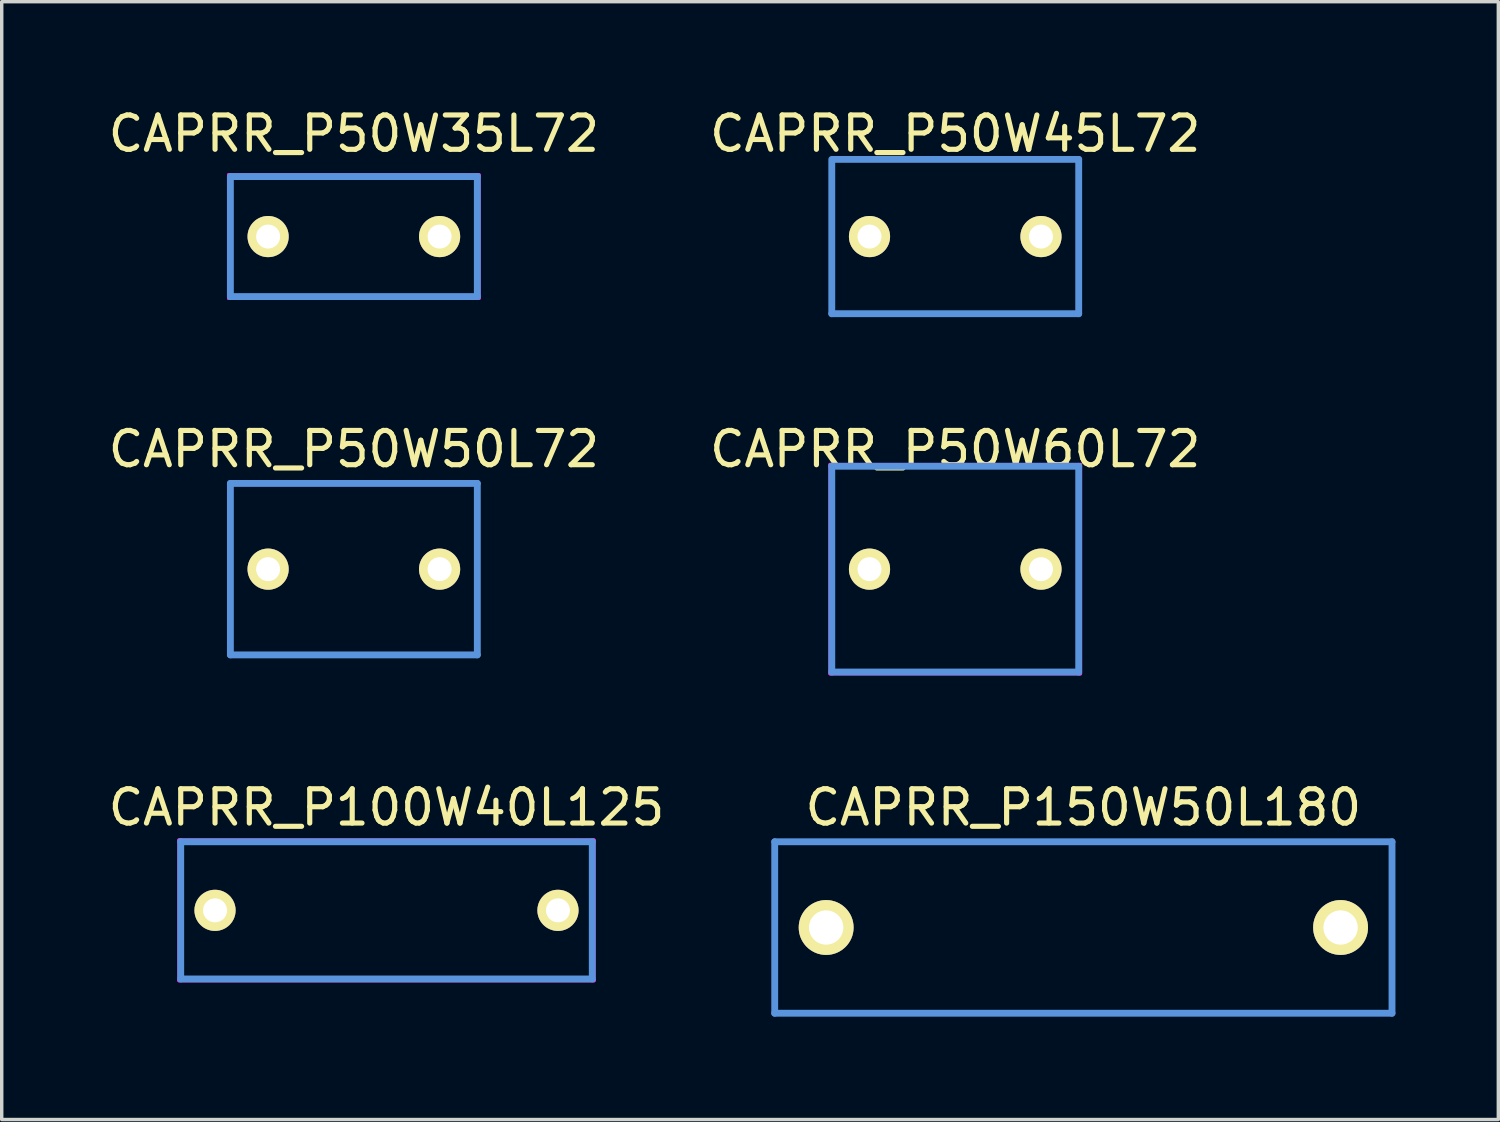
<source format=kicad_pcb>
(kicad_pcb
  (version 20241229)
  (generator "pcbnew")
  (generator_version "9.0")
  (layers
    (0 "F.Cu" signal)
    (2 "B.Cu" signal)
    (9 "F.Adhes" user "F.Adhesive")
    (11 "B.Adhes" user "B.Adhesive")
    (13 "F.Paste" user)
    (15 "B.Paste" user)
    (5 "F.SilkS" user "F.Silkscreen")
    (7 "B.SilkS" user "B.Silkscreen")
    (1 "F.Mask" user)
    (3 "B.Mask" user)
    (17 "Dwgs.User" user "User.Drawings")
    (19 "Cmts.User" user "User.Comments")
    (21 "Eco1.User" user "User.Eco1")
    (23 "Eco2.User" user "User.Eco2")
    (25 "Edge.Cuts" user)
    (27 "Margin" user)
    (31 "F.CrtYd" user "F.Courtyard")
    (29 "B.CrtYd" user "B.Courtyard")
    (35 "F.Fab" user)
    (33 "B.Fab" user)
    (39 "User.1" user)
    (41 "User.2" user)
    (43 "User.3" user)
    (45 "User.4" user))
  (footprint "CAPRR_P50W45L72"
    (layer "F.Cu")
    (at 24.804 3.848)
    (property "Reference" "CAPRR_P50W45L72" (at 0 -3 0) (layer "F.SilkS") (effects (font (size 1 1) (thickness 0.15))))
    (attr through_hole)
    (fp_line (start -3.6 -2.25) (end -3.6 2.25) (stroke (width 0.15) (type solid)) (layer "F.SilkS"))
    (fp_line (start -3.6 2.25) (end 3.6 2.25) (stroke (width 0.15) (type solid)) (layer "F.SilkS"))
    (fp_line (start 3.6 -2.25) (end -3.55 -2.25) (stroke (width 0.15) (type solid)) (layer "F.SilkS"))
    (fp_line (start 3.6 2.25) (end 3.6 -2.25) (stroke (width 0.15) (type solid)) (layer "F.SilkS"))
    (fp_line (start -3.6 -2.25) (end -3.6 2.25) (stroke (width 0.2) (type solid)) (layer "Cmts.User"))
    (fp_line (start -3.55 -2.25) (end 3.6 -2.25) (stroke (width 0.2) (type solid)) (layer "Cmts.User"))
    (fp_line (start 3.6 -2.25) (end 3.6 2.25) (stroke (width 0.2) (type solid)) (layer "Cmts.User"))
    (fp_line (start 3.6 2.25) (end -3.6 2.25) (stroke (width 0.2) (type solid)) (layer "Cmts.User"))
    (fp_line (start -3.65 -2.3) (end -3.65 2.3) (stroke (width 0.1) (type solid)) (layer "Eco1.User"))
    (fp_line (start -3.65 2.3) (end 3.65 2.3) (stroke (width 0.1) (type solid)) (layer "Eco1.User"))
    (fp_line (start 3.65 -2.3) (end -3.65 -2.3) (stroke (width 0.1) (type solid)) (layer "Eco1.User"))
    (fp_line (start 3.65 2.3) (end 3.65 -2.3) (stroke (width 0.1) (type solid)) (layer "Eco1.User"))
    (pad "1" thru_hole circle (at -2.5 0) (size 1.2 1.2) (drill 0.7) (layers "*.Cu" "*.Mask" "F.SilkS"))
    (pad "2" thru_hole circle (at 2.5 0) (size 1.2 1.2) (drill 0.7) (layers "*.Cu" "*.Mask" "F.SilkS")))
  (footprint "CAPRR_P50W50L72"
    (layer "F.Cu")
    (at 7.268 13.546)
    (property "Reference" "CAPRR_P50W50L72" (at 0 -3.5 0) (layer "F.SilkS") (effects (font (size 1 1) (thickness 0.15))))
    (attr through_hole)
    (fp_line (start -3.6 -2.5) (end -3.6 2.5) (stroke (width 0.15) (type solid)) (layer "F.SilkS"))
    (fp_line (start -3.6 2.5) (end 3.6 2.5) (stroke (width 0.15) (type solid)) (layer "F.SilkS"))
    (fp_line (start 3.6 -2.5) (end -3.6 -2.5) (stroke (width 0.15) (type solid)) (layer "F.SilkS"))
    (fp_line (start 3.6 2.5) (end 3.6 -2.5) (stroke (width 0.15) (type solid)) (layer "F.SilkS"))
    (fp_line (start -3.6 -2.5) (end -3.6 2.5) (stroke (width 0.2) (type solid)) (layer "Cmts.User"))
    (fp_line (start -3.6 -2.5) (end 3.6 -2.5) (stroke (width 0.2) (type solid)) (layer "Cmts.User"))
    (fp_line (start 3.6 -2.5) (end 3.6 2.5) (stroke (width 0.2) (type solid)) (layer "Cmts.User"))
    (fp_line (start 3.6 2.5) (end -3.6 2.5) (stroke (width 0.2) (type solid)) (layer "Cmts.User"))
    (fp_line (start -3.65 -2.55) (end -3.65 2.55) (stroke (width 0.1) (type solid)) (layer "Eco1.User"))
    (fp_line (start -3.65 2.55) (end 3.65 2.55) (stroke (width 0.1) (type solid)) (layer "Eco1.User"))
    (fp_line (start 3.65 -2.55) (end -3.65 -2.55) (stroke (width 0.1) (type solid)) (layer "Eco1.User"))
    (fp_line (start 3.65 2.55) (end 3.65 -2.55) (stroke (width 0.1) (type solid)) (layer "Eco1.User"))
    (pad "1" thru_hole circle (at -2.5 0) (size 1.2 1.2) (drill 0.7) (layers "*.Cu" "*.Mask" "F.SilkS"))
    (pad "2" thru_hole circle (at 2.5 0) (size 1.2 1.2) (drill 0.7) (layers "*.Cu" "*.Mask" "F.SilkS")))
  (footprint "CAPRR_P150W50L180"
    (layer "F.Cu")
    (at 28.54 23.995)
    (property "Reference" "CAPRR_P150W50L180" (at 0 -3.5 0) (layer "F.SilkS") (effects (font (size 1 1) (thickness 0.15))))
    (attr through_hole)
    (fp_line (start -9 -2.5) (end -9 2.5) (stroke (width 0.15) (type solid)) (layer "F.SilkS"))
    (fp_line (start -9 2.5) (end 9 2.5) (stroke (width 0.15) (type solid)) (layer "F.SilkS"))
    (fp_line (start 9 -2.5) (end -9 -2.5) (stroke (width 0.15) (type solid)) (layer "F.SilkS"))
    (fp_line (start 9 2.5) (end 9 -2.5) (stroke (width 0.15) (type solid)) (layer "F.SilkS"))
    (fp_line (start -9 -2.5) (end -9 2.5) (stroke (width 0.2) (type solid)) (layer "Cmts.User"))
    (fp_line (start -9 -2.5) (end 9 -2.5) (stroke (width 0.2) (type solid)) (layer "Cmts.User"))
    (fp_line (start 9 -2.5) (end 9 2.5) (stroke (width 0.2) (type solid)) (layer "Cmts.User"))
    (fp_line (start 9 2.5) (end -9 2.5) (stroke (width 0.2) (type solid)) (layer "Cmts.User"))
    (fp_line (start -9.05 -2.55) (end -9.05 2.55) (stroke (width 0.1) (type solid)) (layer "Eco1.User"))
    (fp_line (start -9.05 2.55) (end 9.05 2.55) (stroke (width 0.1) (type solid)) (layer "Eco1.User"))
    (fp_line (start 9 -2.55) (end -9.05 -2.55) (stroke (width 0.1) (type solid)) (layer "Eco1.User"))
    (fp_line (start 9.05 2.55) (end 9.05 -2.55) (stroke (width 0.1) (type solid)) (layer "Eco1.User"))
    (pad "1" thru_hole circle (at -7.5 0) (size 1.6 1.6) (drill 1) (layers "*.Cu" "*.Mask" "F.SilkS"))
    (pad "2" thru_hole circle (at 7.5 0) (size 1.6 1.6) (drill 1) (layers "*.Cu" "*.Mask" "F.SilkS")))
  (footprint "CAPRR_P100W40L125"
    (layer "F.Cu")
    (at 8.22 23.495)
    (property "Reference" "CAPRR_P100W40L125" (at 0 -3 0) (layer "F.SilkS") (effects (font (size 1 1) (thickness 0.15))))
    (attr through_hole)
    (fp_line (start -6 -2) (end -6 2) (stroke (width 0.15) (type solid)) (layer "F.SilkS"))
    (fp_line (start -6 2) (end 6 2) (stroke (width 0.15) (type solid)) (layer "F.SilkS"))
    (fp_line (start 6 -2) (end -6 -2) (stroke (width 0.15) (type solid)) (layer "F.SilkS"))
    (fp_line (start 6 2) (end 6 -2) (stroke (width 0.15) (type solid)) (layer "F.SilkS"))
    (fp_line (start -6 -2) (end -6 2) (stroke (width 0.2) (type solid)) (layer "Cmts.User"))
    (fp_line (start -6 -2) (end 6 -2) (stroke (width 0.2) (type solid)) (layer "Cmts.User"))
    (fp_line (start 6 -2) (end 6 2) (stroke (width 0.2) (type solid)) (layer "Cmts.User"))
    (fp_line (start 6 2) (end -6 2) (stroke (width 0.2) (type solid)) (layer "Cmts.User"))
    (fp_line (start -6.05 -2.05) (end -6.05 2.05) (stroke (width 0.1) (type solid)) (layer "F.CrtYd"))
    (fp_line (start -6.05 2.05) (end 6.05 2.05) (stroke (width 0.1) (type solid)) (layer "F.CrtYd"))
    (fp_line (start 6.05 -2.05) (end -6.05 -2.05) (stroke (width 0.1) (type solid)) (layer "F.CrtYd"))
    (fp_line (start 6.05 2.05) (end 6.05 -2.05) (stroke (width 0.1) (type solid)) (layer "F.CrtYd"))
    (pad "1" thru_hole circle (at -5 0) (size 1.2 1.2) (drill 0.7) (layers "*.Cu" "*.Mask" "F.SilkS"))
    (pad "2" thru_hole circle (at 5 0) (size 1.2 1.2) (drill 0.7) (layers "*.Cu" "*.Mask" "F.SilkS")))
  (footprint "CAPRR_P50W35L72"
    (layer "F.Cu")
    (at 7.268 3.848)
    (property "Reference" "CAPRR_P50W35L72" (at 0 -3 0) (layer "F.SilkS") (effects (font (size 1 1) (thickness 0.15))))
    (attr through_hole)
    (fp_line (start -3.6 -1.75) (end -3.6 1.75) (stroke (width 0.15) (type solid)) (layer "F.SilkS"))
    (fp_line (start -3.6 1.75) (end 3.6 1.75) (stroke (width 0.15) (type solid)) (layer "F.SilkS"))
    (fp_line (start 3.6 -1.75) (end -3.6 -1.75) (stroke (width 0.15) (type solid)) (layer "F.SilkS"))
    (fp_line (start 3.6 1.75) (end 3.6 -1.75) (stroke (width 0.15) (type solid)) (layer "F.SilkS"))
    (fp_line (start -3.6 -1.75) (end -3.6 1.75) (stroke (width 0.2) (type solid)) (layer "Cmts.User"))
    (fp_line (start -3.55 -1.75) (end 3.6 -1.75) (stroke (width 0.2) (type solid)) (layer "Cmts.User"))
    (fp_line (start 3.6 -1.75) (end 3.6 1.75) (stroke (width 0.2) (type solid)) (layer "Cmts.User"))
    (fp_line (start 3.6 1.75) (end -3.6 1.75) (stroke (width 0.2) (type solid)) (layer "Cmts.User"))
    (fp_line (start -3.65 -1.8) (end -3.65 1.8) (stroke (width 0.1) (type solid)) (layer "F.CrtYd"))
    (fp_line (start -3.65 1.8) (end 3.65 1.8) (stroke (width 0.1) (type solid)) (layer "F.CrtYd"))
    (fp_line (start 3.65 -1.8) (end -3.65 -1.8) (stroke (width 0.1) (type solid)) (layer "F.CrtYd"))
    (fp_line (start 3.65 1.8) (end 3.65 -1.8) (stroke (width 0.1) (type solid)) (layer "F.CrtYd"))
    (pad "1" thru_hole circle (at -2.5 0) (size 1.2 1.2) (drill 0.7) (layers "*.Cu" "*.Mask" "F.SilkS"))
    (pad "2" thru_hole circle (at 2.5 0) (size 1.2 1.2) (drill 0.7) (layers "*.Cu" "*.Mask" "F.SilkS")))
  (footprint "CAPRR_P50W60L72"
    (layer "F.Cu")
    (at 24.804 13.546)
    (property "Reference" "CAPRR_P50W60L72" (at 0 -3.5 0) (layer "F.SilkS") (effects (font (size 1 1) (thickness 0.15))))
    (attr through_hole)
    (fp_line (start -3.6 -3) (end -3.6 3) (stroke (width 0.15) (type solid)) (layer "F.SilkS"))
    (fp_line (start -3.6 3) (end 3.6 3) (stroke (width 0.15) (type solid)) (layer "F.SilkS"))
    (fp_line (start 3.6 -3) (end -3.6 -3) (stroke (width 0.15) (type solid)) (layer "F.SilkS"))
    (fp_line (start 3.6 3) (end 3.6 -3) (stroke (width 0.15) (type solid)) (layer "F.SilkS"))
    (fp_line (start -3.6 -3) (end -3.6 3) (stroke (width 0.2) (type solid)) (layer "Cmts.User"))
    (fp_line (start -3.6 -3) (end 3.6 -3) (stroke (width 0.2) (type solid)) (layer "Cmts.User"))
    (fp_line (start 3.6 -3) (end 3.6 3) (stroke (width 0.2) (type solid)) (layer "Cmts.User"))
    (fp_line (start 3.6 3) (end -3.6 3) (stroke (width 0.2) (type solid)) (layer "Cmts.User"))
    (fp_line (start -3.65 -3.05) (end -3.65 3.05) (stroke (width 0.1) (type solid)) (layer "F.CrtYd"))
    (fp_line (start -3.65 3.05) (end 3.65 3.05) (stroke (width 0.1) (type solid)) (layer "F.CrtYd"))
    (fp_line (start 3.65 -3.05) (end -3.65 -3.05) (stroke (width 0.1) (type solid)) (layer "F.CrtYd"))
    (fp_line (start 3.65 3.05) (end 3.65 -3.05) (stroke (width 0.1) (type solid)) (layer "F.CrtYd"))
    (pad "1" thru_hole circle (at -2.5 0) (size 1.2 1.2) (drill 0.7) (layers "*.Cu" "*.Mask" "F.SilkS"))
    (pad "2" thru_hole circle (at 2.5 0) (size 1.2 1.2) (drill 0.7) (layers "*.Cu" "*.Mask" "F.SilkS")))
  (gr_rect
    (start -3 -3)
    (end 40.64 29.595)
    (stroke (width 0.1) (type default))
    (fill no)
    (layer "Edge.Cuts")))
</source>
